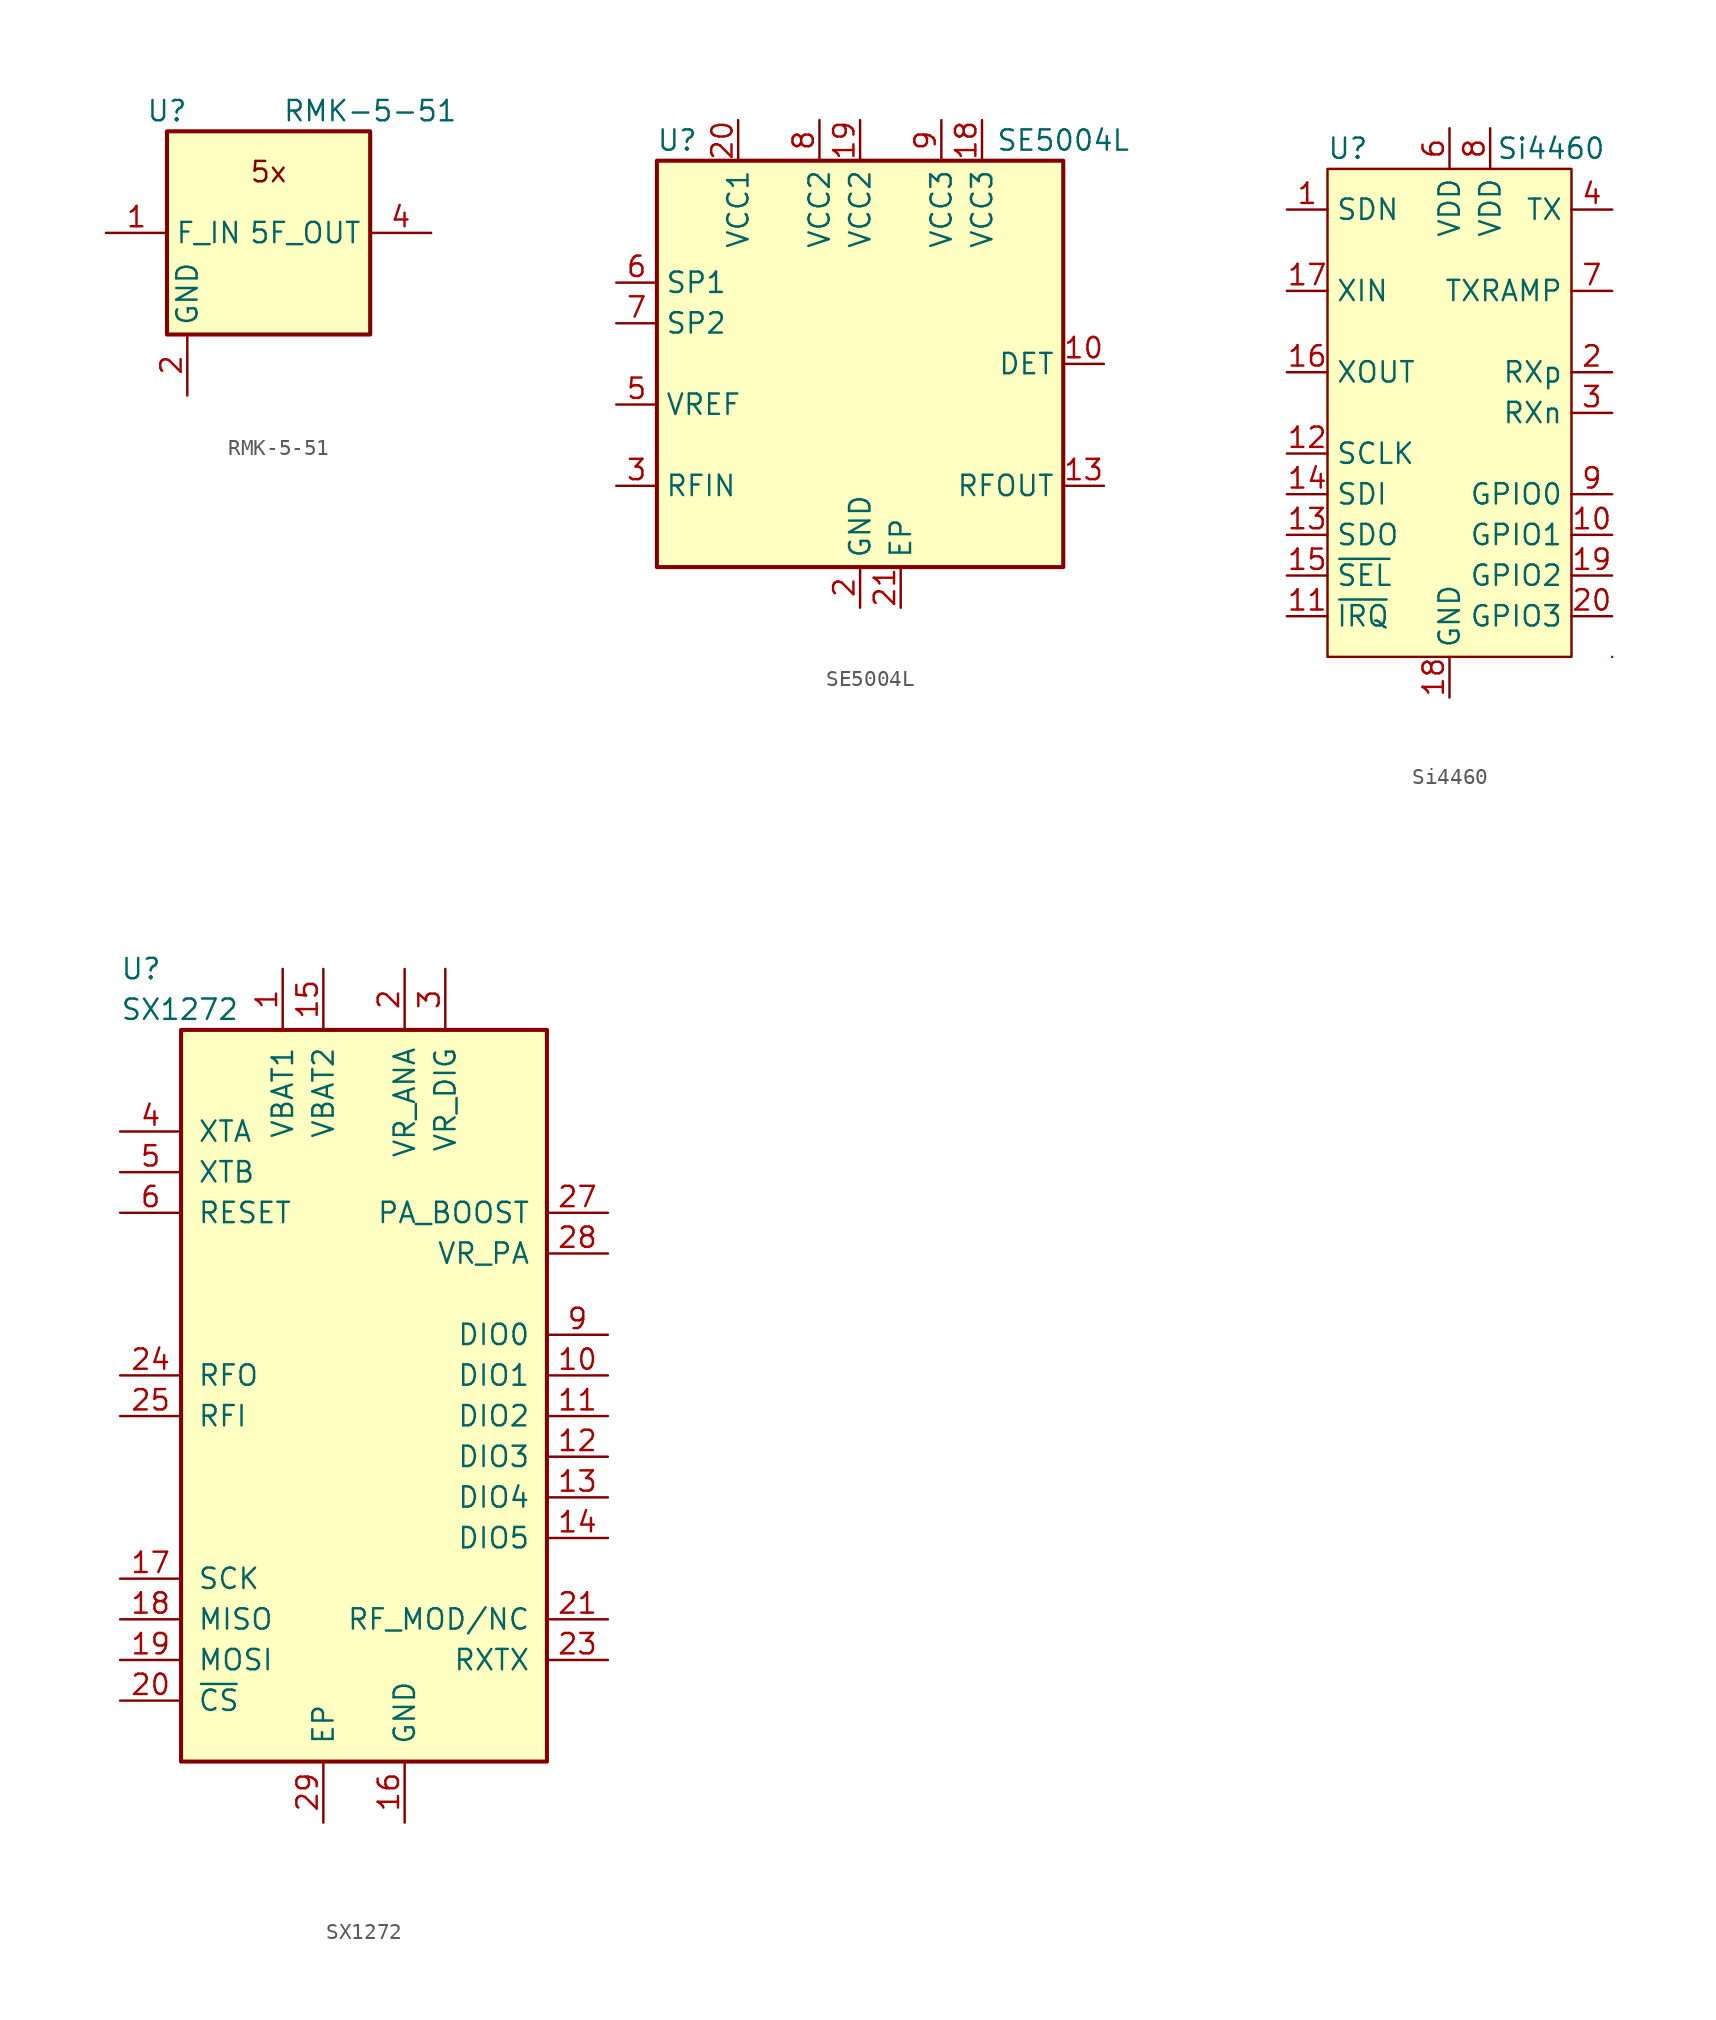
<source format=kicad_sym>
(kicad_symbol_lib
  (version 20201005)
  (generator kicad_symbol_editor)
  (symbol "RMK-5-51"
    (property "Reference" "U"
      (at -6.35 7.62 0)
      (effects (font (size 1.27 1.27))))
    (property "Value" "RMK-5-51"
      (at 6.35 7.62 0)
      (effects (font (size 1.27 1.27))))
    (symbol "RMK-5-51_0_0"
      (text "5x" (at 0 3.81 0) (effects (font (size 1.27 1.27)))))
    (symbol "RMK-5-51_0_1"
      (rectangle (start -6.35 6.35) (end 6.35 -6.35) (stroke (width 0.254)) (fill (type background))))
    (symbol "RMK-5-51_1_1"
      (pin input line (at -10.16 0 0) (length 3.81) (name "F_IN" (effects (font (size 1.27 1.27)))) (number "1" (effects (font (size 1.27 1.27)))))
      (pin power_in line (at -5.08 -10.16 90) (length 3.81) (name "GND" (effects (font (size 1.27 1.27)))) (number "2" (effects (font (size 1.27 1.27)))))
      (pin passive line (at -5.08 -10.16 90) (length 3.81) hide (name "GND" (effects (font (size 1.27 1.27)))) (number "3" (effects (font (size 1.27 1.27)))))
      (pin output line (at 10.16 0 180) (length 3.81) (name "5F_OUT" (effects (font (size 1.27 1.27)))) (number "4" (effects (font (size 1.27 1.27)))))
      (pin passive line (at -5.08 -10.16 90) (length 3.81) hide (name "GND" (effects (font (size 1.27 1.27)))) (number "5" (effects (font (size 1.27 1.27)))))
      (pin passive line (at -5.08 -10.16 90) (length 3.81) hide (name "GND" (effects (font (size 1.27 1.27)))) (number "6" (effects (font (size 1.27 1.27)))))))
  (symbol "SE5004L"
    (property "Reference" "U"
      (at -11.43 13.97 0)
      (effects (font (size 1.27 1.27))))
    (property "Value" "SE5004L"
      (at 12.7 13.97 0)
      (effects (font (size 1.27 1.27))))
    (symbol "SE5004L_0_1"
      (rectangle (start -12.7 12.7) (end 12.7 -12.7) (stroke (width 0.254)) (fill (type background))))
    (symbol "SE5004L_1_1"
      (pin no_connect line (at -12.7 -5.08 0) (length 2.54) hide (name "NC" (effects (font (size 1.27 1.27)))) (number "1" (effects (font (size 1.27 1.27)))))
      (pin output line (at 15.24 0 180) (length 2.54) (name "DET" (effects (font (size 1.27 1.27)))) (number "10" (effects (font (size 1.27 1.27)))))
      (pin passive line (at 0 -15.24 90) (length 2.54) hide (name "GND" (effects (font (size 1.27 1.27)))) (number "11" (effects (font (size 1.27 1.27)))))
      (pin passive line (at 0 -15.24 90) (length 2.54) hide (name "GND" (effects (font (size 1.27 1.27)))) (number "12" (effects (font (size 1.27 1.27)))))
      (pin output line (at 15.24 -7.62 180) (length 2.54) (name "RFOUT" (effects (font (size 1.27 1.27)))) (number "13" (effects (font (size 1.27 1.27)))))
      (pin passive line (at 0 -15.24 90) (length 2.54) hide (name "GND" (effects (font (size 1.27 1.27)))) (number "14" (effects (font (size 1.27 1.27)))))
      (pin passive line (at 0 -15.24 90) (length 2.54) hide (name "GND" (effects (font (size 1.27 1.27)))) (number "15" (effects (font (size 1.27 1.27)))))
      (pin passive line (at 0 -15.24 90) (length 2.54) hide (name "GND" (effects (font (size 1.27 1.27)))) (number "16" (effects (font (size 1.27 1.27)))))
      (pin passive line (at 0 -15.24 90) (length 2.54) hide (name "GND" (effects (font (size 1.27 1.27)))) (number "17" (effects (font (size 1.27 1.27)))))
      (pin power_in line (at 7.62 15.24 270) (length 2.54) (name "VCC3" (effects (font (size 1.27 1.27)))) (number "18" (effects (font (size 1.27 1.27)))))
      (pin power_in line (at 0 15.24 270) (length 2.54) (name "VCC2" (effects (font (size 1.27 1.27)))) (number "19" (effects (font (size 1.27 1.27)))))
      (pin power_in line (at 0 -15.24 90) (length 2.54) (name "GND" (effects (font (size 1.27 1.27)))) (number "2" (effects (font (size 1.27 1.27)))))
      (pin power_in line (at -7.62 15.24 270) (length 2.54) (name "VCC1" (effects (font (size 1.27 1.27)))) (number "20" (effects (font (size 1.27 1.27)))))
      (pin passive line (at 2.54 -15.24 90) (length 2.54) (name "EP" (effects (font (size 1.27 1.27)))) (number "21" (effects (font (size 1.27 1.27)))))
      (pin input line (at -15.24 -7.62 0) (length 2.54) (name "RFIN" (effects (font (size 1.27 1.27)))) (number "3" (effects (font (size 1.27 1.27)))))
      (pin passive line (at 0 -15.24 90) (length 2.54) hide (name "GND" (effects (font (size 1.27 1.27)))) (number "4" (effects (font (size 1.27 1.27)))))
      (pin input line (at -15.24 -2.54 0) (length 2.54) (name "VREF" (effects (font (size 1.27 1.27)))) (number "5" (effects (font (size 1.27 1.27)))))
      (pin passive line (at -15.24 5.08 0) (length 2.54) (name "SP1" (effects (font (size 1.27 1.27)))) (number "6" (effects (font (size 1.27 1.27)))))
      (pin passive line (at -15.24 2.54 0) (length 2.54) (name "SP2" (effects (font (size 1.27 1.27)))) (number "7" (effects (font (size 1.27 1.27)))))
      (pin power_in line (at -2.54 15.24 270) (length 2.54) (name "VCC2" (effects (font (size 1.27 1.27)))) (number "8" (effects (font (size 1.27 1.27)))))
      (pin power_in line (at 5.08 15.24 270) (length 2.54) (name "VCC3" (effects (font (size 1.27 1.27)))) (number "9" (effects (font (size 1.27 1.27)))))))
  (symbol "Si4460"
    (property "Reference" "U"
      (at -6.35 16.51 0)
      (effects (font (size 1.27 1.27))))
    (property "Value" "Si4460"
      (at 6.35 16.51 0)
      (effects (font (size 1.27 1.27))))
    (symbol "Si4460_0_1"
      (rectangle (start -7.62 15.24) (end 7.62 -15.24) (stroke (width 0)) (fill (type background)))
      (rectangle (start 10.16 -15.24) (end 10.16 -15.24) (stroke (width 0)) (fill (type none))))
    (symbol "Si4460_1_1"
      (pin input line (at -10.16 12.7 0) (length 2.54) (name "SDN" (effects (font (size 1.27 1.27)))) (number "1" (effects (font (size 1.27 1.27)))))
      (pin bidirectional line (at 10.16 -7.62 180) (length 2.54) (name "GPIO1" (effects (font (size 1.27 1.27)))) (number "10" (effects (font (size 1.27 1.27)))))
      (pin open_collector line (at -10.16 -12.7 0) (length 2.54) (name "~IRQ" (effects (font (size 1.27 1.27)))) (number "11" (effects (font (size 1.27 1.27)))))
      (pin input line (at -10.16 -2.54 0) (length 2.54) (name "SCLK" (effects (font (size 1.27 1.27)))) (number "12" (effects (font (size 1.27 1.27)))))
      (pin output line (at -10.16 -7.62 0) (length 2.54) (name "SDO" (effects (font (size 1.27 1.27)))) (number "13" (effects (font (size 1.27 1.27)))))
      (pin input line (at -10.16 -5.08 0) (length 2.54) (name "SDI" (effects (font (size 1.27 1.27)))) (number "14" (effects (font (size 1.27 1.27)))))
      (pin input line (at -10.16 -10.16 0) (length 2.54) (name "~SEL" (effects (font (size 1.27 1.27)))) (number "15" (effects (font (size 1.27 1.27)))))
      (pin passive line (at -10.16 2.54 0) (length 2.54) (name "XOUT" (effects (font (size 1.27 1.27)))) (number "16" (effects (font (size 1.27 1.27)))))
      (pin input line (at -10.16 7.62 0) (length 2.54) (name "XIN" (effects (font (size 1.27 1.27)))) (number "17" (effects (font (size 1.27 1.27)))))
      (pin power_in line (at 0 -17.78 90) (length 2.54) (name "GND" (effects (font (size 1.27 1.27)))) (number "18" (effects (font (size 1.27 1.27)))))
      (pin bidirectional line (at 10.16 -10.16 180) (length 2.54) (name "GPIO2" (effects (font (size 1.27 1.27)))) (number "19" (effects (font (size 1.27 1.27)))))
      (pin input line (at 10.16 2.54 180) (length 2.54) (name "RXp" (effects (font (size 1.27 1.27)))) (number "2" (effects (font (size 1.27 1.27)))))
      (pin bidirectional line (at 10.16 -12.7 180) (length 2.54) (name "GPIO3" (effects (font (size 1.27 1.27)))) (number "20" (effects (font (size 1.27 1.27)))))
      (pin power_in line (at 0 -17.78 90) (length 2.54) hide (name "GND" (effects (font (size 1.27 1.27)))) (number "21" (effects (font (size 1.27 1.27)))))
      (pin input line (at 10.16 0 180) (length 2.54) (name "RXn" (effects (font (size 1.27 1.27)))) (number "3" (effects (font (size 1.27 1.27)))))
      (pin output line (at 10.16 12.7 180) (length 2.54) (name "TX" (effects (font (size 1.27 1.27)))) (number "4" (effects (font (size 1.27 1.27)))))
      (pin no_connect line (at 7.62 -15.24 180) (length 2.54) hide (name "NC" (effects (font (size 1.27 1.27)))) (number "5" (effects (font (size 1.27 1.27)))))
      (pin power_in line (at 0 17.78 270) (length 2.54) (name "VDD" (effects (font (size 1.27 1.27)))) (number "6" (effects (font (size 1.27 1.27)))))
      (pin output line (at 10.16 7.62 180) (length 2.54) (name "TXRAMP" (effects (font (size 1.27 1.27)))) (number "7" (effects (font (size 1.27 1.27)))))
      (pin power_in line (at 2.54 17.78 270) (length 2.54) (name "VDD" (effects (font (size 1.27 1.27)))) (number "8" (effects (font (size 1.27 1.27)))))
      (pin bidirectional line (at 10.16 -5.08 180) (length 2.54) (name "GPIO0" (effects (font (size 1.27 1.27)))) (number "9" (effects (font (size 1.27 1.27)))))))
  (symbol "SX1272"
    (pin_names
      (offset 1.016))
    (property "Reference" "U"
      (at -15.24 25.4 0)
      (effects (font (size 1.27 1.27)) (justify left)))
    (property "Value" "SX1272"
      (at -15.24 22.86 0)
      (effects (font (size 1.27 1.27)) (justify left)))
    (symbol "SX1272_0_1"
      (rectangle (start -11.43 21.59) (end 11.43 -24.13) (stroke (width 0.254)) (fill (type background))))
    (symbol "SX1272_1_1"
      (pin power_in line (at -5.08 25.4 270) (length 3.81) (name "VBAT1" (effects (font (size 1.27 1.27)))) (number "1" (effects (font (size 1.27 1.27)))))
      (pin bidirectional line (at 15.24 0 180) (length 3.81) (name "DIO1" (effects (font (size 1.27 1.27)))) (number "10" (effects (font (size 1.27 1.27)))))
      (pin bidirectional line (at 15.24 -2.54 180) (length 3.81) (name "DIO2" (effects (font (size 1.27 1.27)))) (number "11" (effects (font (size 1.27 1.27)))))
      (pin bidirectional line (at 15.24 -5.08 180) (length 3.81) (name "DIO3" (effects (font (size 1.27 1.27)))) (number "12" (effects (font (size 1.27 1.27)))))
      (pin bidirectional line (at 15.24 -7.62 180) (length 3.81) (name "DIO4" (effects (font (size 1.27 1.27)))) (number "13" (effects (font (size 1.27 1.27)))))
      (pin bidirectional line (at 15.24 -10.16 180) (length 3.81) (name "DIO5" (effects (font (size 1.27 1.27)))) (number "14" (effects (font (size 1.27 1.27)))))
      (pin power_in line (at -2.54 25.4 270) (length 3.81) (name "VBAT2" (effects (font (size 1.27 1.27)))) (number "15" (effects (font (size 1.27 1.27)))))
      (pin power_in line (at 2.54 -27.94 90) (length 3.81) (name "GND" (effects (font (size 1.27 1.27)))) (number "16" (effects (font (size 1.27 1.27)))))
      (pin input line (at -15.24 -12.7 0) (length 3.81) (name "SCK" (effects (font (size 1.27 1.27)))) (number "17" (effects (font (size 1.27 1.27)))))
      (pin output line (at -15.24 -15.24 0) (length 3.81) (name "MISO" (effects (font (size 1.27 1.27)))) (number "18" (effects (font (size 1.27 1.27)))))
      (pin input line (at -15.24 -17.78 0) (length 3.81) (name "MOSI" (effects (font (size 1.27 1.27)))) (number "19" (effects (font (size 1.27 1.27)))))
      (pin power_in line (at 2.54 25.4 270) (length 3.81) (name "VR_ANA" (effects (font (size 1.27 1.27)))) (number "2" (effects (font (size 1.27 1.27)))))
      (pin input line (at -15.24 -20.32 0) (length 3.81) (name "~CS~" (effects (font (size 1.27 1.27)))) (number "20" (effects (font (size 1.27 1.27)))))
      (pin output line (at 15.24 -15.24 180) (length 3.81) (name "RF_MOD/NC" (effects (font (size 1.27 1.27)))) (number "21" (effects (font (size 1.27 1.27)))))
      (pin passive line (at 2.54 -27.94 90) (length 3.81) hide (name "GND" (effects (font (size 1.27 1.27)))) (number "22" (effects (font (size 1.27 1.27)))))
      (pin output line (at 15.24 -17.78 180) (length 3.81) (name "RXTX" (effects (font (size 1.27 1.27)))) (number "23" (effects (font (size 1.27 1.27)))))
      (pin input line (at -15.24 0 0) (length 3.81) (name "RFO" (effects (font (size 1.27 1.27)))) (number "24" (effects (font (size 1.27 1.27)))))
      (pin output line (at -15.24 -2.54 0) (length 3.81) (name "RFI" (effects (font (size 1.27 1.27)))) (number "25" (effects (font (size 1.27 1.27)))))
      (pin passive line (at 2.54 -27.94 90) (length 3.81) hide (name "GND" (effects (font (size 1.27 1.27)))) (number "26" (effects (font (size 1.27 1.27)))))
      (pin power_out line (at 15.24 10.16 180) (length 3.81) (name "PA_BOOST" (effects (font (size 1.27 1.27)))) (number "27" (effects (font (size 1.27 1.27)))))
      (pin power_out line (at 15.24 7.62 180) (length 3.81) (name "VR_PA" (effects (font (size 1.27 1.27)))) (number "28" (effects (font (size 1.27 1.27)))))
      (pin power_in line (at -2.54 -27.94 90) (length 3.81) (name "EP" (effects (font (size 1.27 1.27)))) (number "29" (effects (font (size 1.27 1.27)))))
      (pin power_in line (at 5.08 25.4 270) (length 3.81) (name "VR_DIG" (effects (font (size 1.27 1.27)))) (number "3" (effects (font (size 1.27 1.27)))))
      (pin bidirectional line (at -15.24 15.24 0) (length 3.81) (name "XTA" (effects (font (size 1.27 1.27)))) (number "4" (effects (font (size 1.27 1.27)))))
      (pin bidirectional line (at -15.24 12.7 0) (length 3.81) (name "XTB" (effects (font (size 1.27 1.27)))) (number "5" (effects (font (size 1.27 1.27)))))
      (pin input line (at -15.24 10.16 0) (length 3.81) (name "RESET" (effects (font (size 1.27 1.27)))) (number "6" (effects (font (size 1.27 1.27)))))
      (pin no_connect line (at -15.24 5.08 0) (length 3.81) hide (name "NC" (effects (font (size 1.27 1.27)))) (number "7" (effects (font (size 1.27 1.27)))))
      (pin no_connect line (at -15.24 2.54 0) (length 3.81) hide (name "NC" (effects (font (size 1.27 1.27)))) (number "8" (effects (font (size 1.27 1.27)))))
      (pin bidirectional line (at 15.24 2.54 180) (length 3.81) (name "DIO0" (effects (font (size 1.27 1.27)))) (number "9" (effects (font (size 1.27 1.27))))))))
</source>
